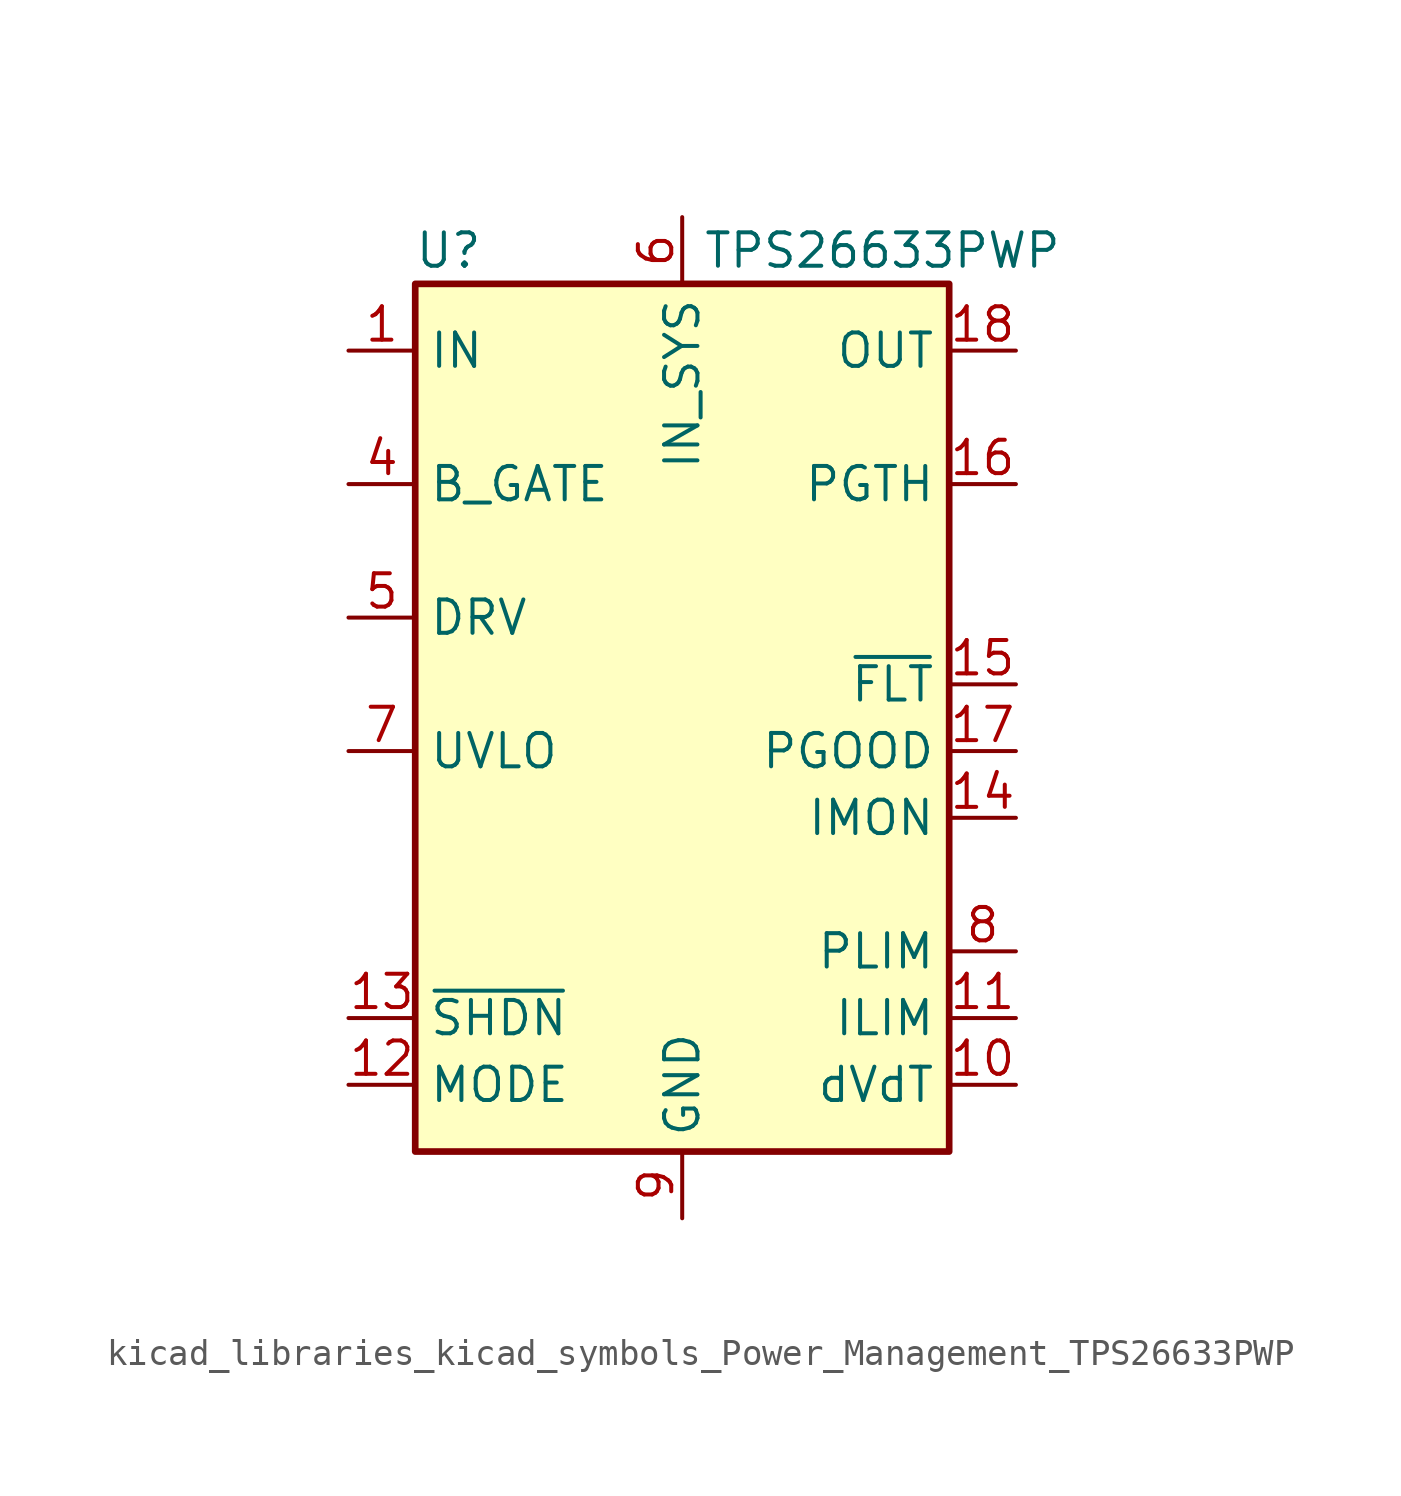
<source format=kicad_sym>
(kicad_symbol_lib
  (version 20220914)
  (generator kicad_symbol_editor)
  (symbol "kicad_libraries_kicad_symbols_Power_Management_TPS26633PWP"
    (property "Reference" "U"
      (at -8.89 16.51 0)
      (effects (font (size 1.27 1.27))))
    (property "Value" "TPS26633PWP"
      (at 7.62 16.51 0)
      (effects (font (size 1.27 1.27))))
    (symbol "kicad_libraries_kicad_symbols_Power_Management_TPS26633PWP_0_1"
      (rectangle (start -10.16 15.24) (end 10.16 -17.78) (stroke (width 0.254) (type default)) (fill (type background))))
    (symbol "kicad_libraries_kicad_symbols_Power_Management_TPS26633PWP_1_1"
      (pin power_in line (at -12.7 12.7 0) (length 2.54) (name "IN" (effects (font (size 1.27 1.27)))) (number "1" (effects (font (size 1.27 1.27)))))
      (pin passive line (at 12.7 -15.24 180) (length 2.54) (name "dVdT" (effects (font (size 1.27 1.27)))) (number "10" (effects (font (size 1.27 1.27)))))
      (pin passive line (at 12.7 -12.7 180) (length 2.54) (name "ILIM" (effects (font (size 1.27 1.27)))) (number "11" (effects (font (size 1.27 1.27)))))
      (pin input line (at -12.7 -15.24 0) (length 2.54) (name "MODE" (effects (font (size 1.27 1.27)))) (number "12" (effects (font (size 1.27 1.27)))))
      (pin input line (at -12.7 -12.7 0) (length 2.54) (name "~{SHDN}" (effects (font (size 1.27 1.27)))) (number "13" (effects (font (size 1.27 1.27)))))
      (pin output line (at 12.7 -5.08 180) (length 2.54) (name "IMON" (effects (font (size 1.27 1.27)))) (number "14" (effects (font (size 1.27 1.27)))))
      (pin open_collector line (at 12.7 0 180) (length 2.54) (name "~{FLT}" (effects (font (size 1.27 1.27)))) (number "15" (effects (font (size 1.27 1.27)))))
      (pin input line (at 12.7 7.62 180) (length 2.54) (name "PGTH" (effects (font (size 1.27 1.27)))) (number "16" (effects (font (size 1.27 1.27)))))
      (pin output line (at 12.7 -2.54 180) (length 2.54) (name "PGOOD" (effects (font (size 1.27 1.27)))) (number "17" (effects (font (size 1.27 1.27)))))
      (pin power_out line (at 12.7 12.7 180) (length 2.54) (name "OUT" (effects (font (size 1.27 1.27)))) (number "18" (effects (font (size 1.27 1.27)))))
      (pin passive line (at 12.7 12.7 180) (length 2.54) hide (name "OUT" (effects (font (size 1.27 1.27)))) (number "19" (effects (font (size 1.27 1.27)))))
      (pin passive line (at -12.7 12.7 0) (length 2.54) hide (name "IN" (effects (font (size 1.27 1.27)))) (number "2" (effects (font (size 1.27 1.27)))))
      (pin passive line (at 12.7 12.7 180) (length 2.54) hide (name "OUT" (effects (font (size 1.27 1.27)))) (number "20" (effects (font (size 1.27 1.27)))))
      (pin passive line (at 0 -20.32 90) (length 2.54) hide (name "GND" (effects (font (size 1.27 1.27)))) (number "21" (effects (font (size 1.27 1.27)))))
      (pin passive line (at -12.7 12.7 0) (length 2.54) hide (name "IN" (effects (font (size 1.27 1.27)))) (number "3" (effects (font (size 1.27 1.27)))))
      (pin output line (at -12.7 7.62 0) (length 2.54) (name "B_GATE" (effects (font (size 1.27 1.27)))) (number "4" (effects (font (size 1.27 1.27)))))
      (pin output line (at -12.7 2.54 0) (length 2.54) (name "DRV" (effects (font (size 1.27 1.27)))) (number "5" (effects (font (size 1.27 1.27)))))
      (pin power_in line (at 0 17.78 270) (length 2.54) (name "IN_SYS" (effects (font (size 1.27 1.27)))) (number "6" (effects (font (size 1.27 1.27)))))
      (pin input line (at -12.7 -2.54 0) (length 2.54) (name "UVLO" (effects (font (size 1.27 1.27)))) (number "7" (effects (font (size 1.27 1.27)))))
      (pin passive line (at 12.7 -10.16 180) (length 2.54) (name "PLIM" (effects (font (size 1.27 1.27)))) (number "8" (effects (font (size 1.27 1.27)))))
      (pin power_in line (at 0 -20.32 90) (length 2.54) (name "GND" (effects (font (size 1.27 1.27)))) (number "9" (effects (font (size 1.27 1.27))))))))
</source>
